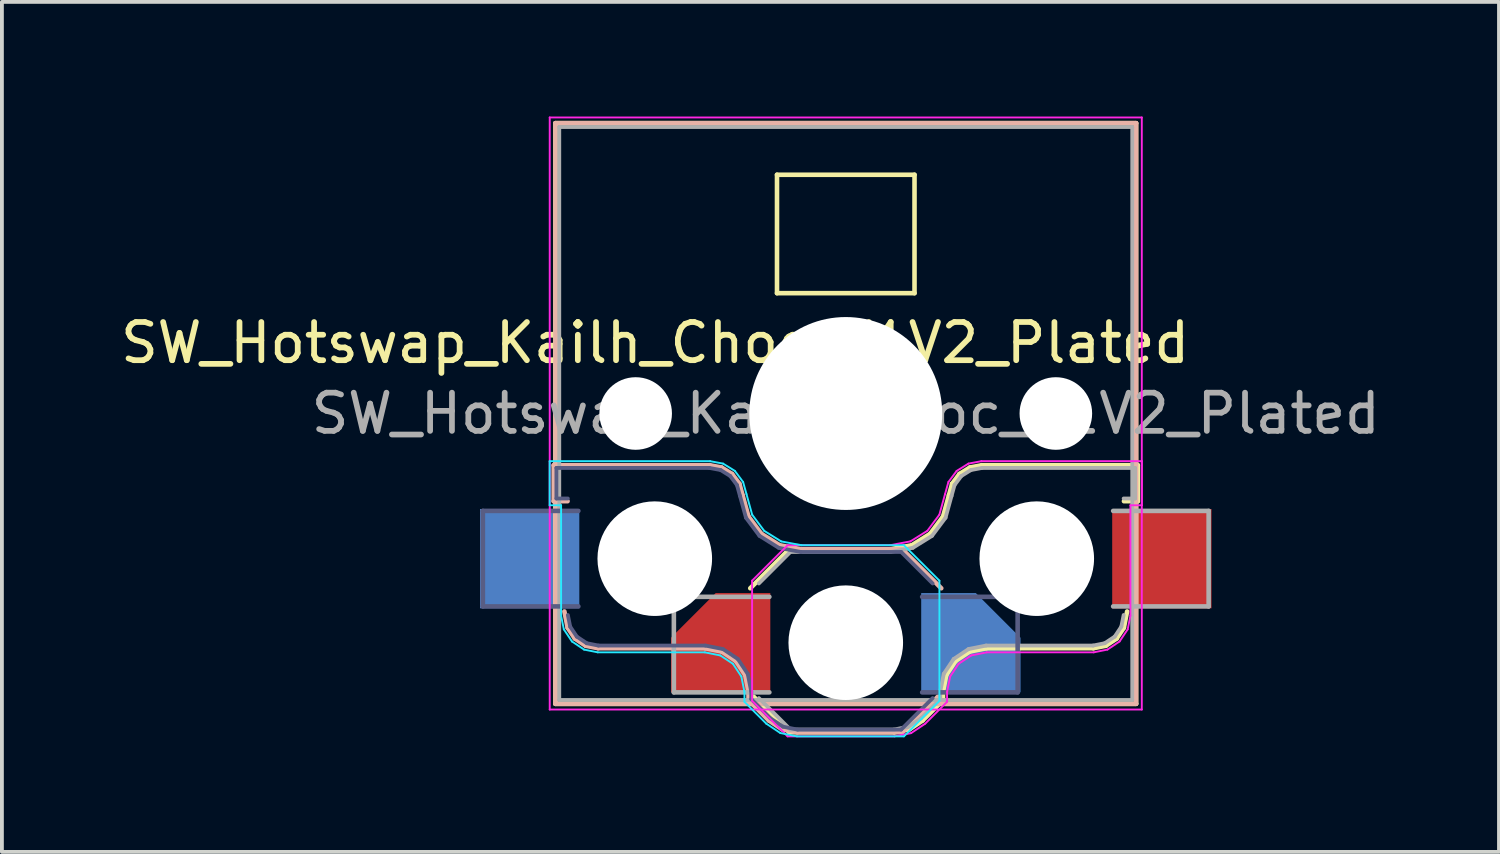
<source format=kicad_pcb>
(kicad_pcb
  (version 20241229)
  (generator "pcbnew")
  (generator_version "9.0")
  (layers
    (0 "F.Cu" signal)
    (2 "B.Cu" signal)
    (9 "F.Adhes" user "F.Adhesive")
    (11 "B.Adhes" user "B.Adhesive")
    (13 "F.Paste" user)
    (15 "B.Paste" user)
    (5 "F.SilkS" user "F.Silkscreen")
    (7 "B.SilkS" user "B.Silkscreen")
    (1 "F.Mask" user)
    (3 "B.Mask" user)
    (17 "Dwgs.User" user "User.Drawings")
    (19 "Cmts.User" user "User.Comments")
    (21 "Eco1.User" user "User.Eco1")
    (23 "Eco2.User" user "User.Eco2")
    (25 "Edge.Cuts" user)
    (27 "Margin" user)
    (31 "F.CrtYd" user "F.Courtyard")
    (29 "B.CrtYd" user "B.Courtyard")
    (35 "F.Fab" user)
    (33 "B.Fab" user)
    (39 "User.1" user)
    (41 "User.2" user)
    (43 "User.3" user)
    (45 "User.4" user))
  (footprint "SW_Hotswap_Kailh_Choc_V1V2_Plated"
    (layer "F.Cu")
    (at 19.091 7.775)
    (property "Reference" "SW_Hotswap_Kailh_Choc_V1V2_Plated" (at -4.99 -1.85 0) (layer "F.SilkS") (effects (font (size 1 1) (thickness 0.15))))
    (attr smd)
    (fp_line (start -7.6 -7.6) (end -7.6 7.6) (stroke (width 0.12) (type solid)) (layer "F.SilkS"))
    (fp_line (start -7.6 7.6) (end 7.6 7.6) (stroke (width 0.12) (type solid)) (layer "F.SilkS"))
    (fp_line (start -2.416 7.409) (end -1.479 8.346) (stroke (width 0.12) (type solid)) (layer "F.SilkS"))
    (fp_line (start -1.8 -3.15) (end -1.8 -6.25) (stroke (width 0.12) (type solid)) (layer "F.SilkS"))
    (fp_line (start -1.8 -3.15) (end 1.8 -3.15) (stroke (width 0.12) (type solid)) (layer "F.SilkS"))
    (fp_line (start -1.479 3.554) (end -2.5 4.575) (stroke (width 0.12) (type solid)) (layer "F.SilkS"))
    (fp_line (start -1.479 8.346) (end 1.268 8.346) (stroke (width 0.12) (type solid)) (layer "F.SilkS"))
    (fp_line (start 1.168 3.554) (end -1.479 3.554) (stroke (width 0.12) (type solid)) (layer "F.SilkS"))
    (fp_line (start 1.268 8.346) (end 1.671 8.266) (stroke (width 0.12) (type solid)) (layer "F.SilkS"))
    (fp_line (start 1.671 8.266) (end 2.013 8.037) (stroke (width 0.12) (type solid)) (layer "F.SilkS"))
    (fp_line (start 1.73 3.449) (end 1.168 3.554) (stroke (width 0.12) (type solid)) (layer "F.SilkS"))
    (fp_line (start 1.8 -6.25) (end -1.8 -6.25) (stroke (width 0.12) (type solid)) (layer "F.SilkS"))
    (fp_line (start 1.8 -3.15) (end 1.8 -6.25) (stroke (width 0.12) (type solid)) (layer "F.SilkS"))
    (fp_line (start 2.013 8.037) (end 2.546 7.504) (stroke (width 0.12) (type solid)) (layer "F.SilkS"))
    (fp_line (start 2.209 3.15) (end 1.73 3.449) (stroke (width 0.12) (type solid)) (layer "F.SilkS"))
    (fp_line (start 2.546 7.282) (end 2.633 6.844) (stroke (width 0.12) (type solid)) (layer "F.SilkS"))
    (fp_line (start 2.546 7.504) (end 2.546 7.282) (stroke (width 0.12) (type solid)) (layer "F.SilkS"))
    (fp_line (start 2.547 2.697) (end 2.209 3.15) (stroke (width 0.12) (type solid)) (layer "F.SilkS"))
    (fp_line (start 2.633 6.844) (end 2.877 6.477) (stroke (width 0.12) (type solid)) (layer "F.SilkS"))
    (fp_line (start 2.701 2.139) (end 2.547 2.697) (stroke (width 0.12) (type solid)) (layer "F.SilkS"))
    (fp_line (start 2.783 1.841) (end 2.701 2.139) (stroke (width 0.12) (type solid)) (layer "F.SilkS"))
    (fp_line (start 2.877 6.477) (end 3.244 6.233) (stroke (width 0.12) (type solid)) (layer "F.SilkS"))
    (fp_line (start 2.976 1.583) (end 2.783 1.841) (stroke (width 0.12) (type solid)) (layer "F.SilkS"))
    (fp_line (start 3.244 6.233) (end 3.682 6.146) (stroke (width 0.12) (type solid)) (layer "F.SilkS"))
    (fp_line (start 3.25 1.413) (end 2.976 1.583) (stroke (width 0.12) (type solid)) (layer "F.SilkS"))
    (fp_line (start 3.56 1.354) (end 3.25 1.413) (stroke (width 0.12) (type solid)) (layer "F.SilkS"))
    (fp_line (start 3.682 6.146) (end 6.482 6.146) (stroke (width 0.12) (type solid)) (layer "F.SilkS"))
    (fp_line (start 6.482 6.146) (end 6.809 6.081) (stroke (width 0.12) (type solid)) (layer "F.SilkS"))
    (fp_line (start 6.809 6.081) (end 7.092 5.892) (stroke (width 0.12) (type solid)) (layer "F.SilkS"))
    (fp_line (start 7.092 5.892) (end 7.281 5.609) (stroke (width 0.12) (type solid)) (layer "F.SilkS"))
    (fp_line (start 7.281 5.609) (end 7.366 5.182) (stroke (width 0.12) (type solid)) (layer "F.SilkS"))
    (fp_line (start 7.283 2.296) (end 7.646 2.296) (stroke (width 0.12) (type solid)) (layer "F.SilkS"))
    (fp_line (start 7.6 -7.6) (end -7.6 -7.6) (stroke (width 0.12) (type solid)) (layer "F.SilkS"))
    (fp_line (start 7.6 7.6) (end 7.6 -7.6) (stroke (width 0.12) (type solid)) (layer "F.SilkS"))
    (fp_line (start 7.646 1.354) (end 3.56 1.354) (stroke (width 0.12) (type solid)) (layer "F.SilkS"))
    (fp_line (start 7.646 2.296) (end 7.646 1.354) (stroke (width 0.12) (type solid)) (layer "F.SilkS"))
    (fp_line (start -7.646 1.354) (end -3.56 1.354) (stroke (width 0.12) (type solid)) (layer "B.SilkS"))
    (fp_line (start -7.646 2.296) (end -7.646 1.354) (stroke (width 0.12) (type solid)) (layer "B.SilkS"))
    (fp_line (start -7.6 -7.6) (end 7.6 -7.6) (stroke (width 0.12) (type solid)) (layer "B.SilkS"))
    (fp_line (start -7.6 7.6) (end -7.6 -7.6) (stroke (width 0.12) (type solid)) (layer "B.SilkS"))
    (fp_line (start -7.283 2.296) (end -7.646 2.296) (stroke (width 0.12) (type solid)) (layer "B.SilkS"))
    (fp_line (start -7.281 5.609) (end -7.366 5.182) (stroke (width 0.12) (type solid)) (layer "B.SilkS"))
    (fp_line (start -7.092 5.892) (end -7.281 5.609) (stroke (width 0.12) (type solid)) (layer "B.SilkS"))
    (fp_line (start -6.809 6.081) (end -7.092 5.892) (stroke (width 0.12) (type solid)) (layer "B.SilkS"))
    (fp_line (start -6.482 6.146) (end -6.809 6.081) (stroke (width 0.12) (type solid)) (layer "B.SilkS"))
    (fp_line (start -3.682 6.146) (end -6.482 6.146) (stroke (width 0.12) (type solid)) (layer "B.SilkS"))
    (fp_line (start -3.56 1.354) (end -3.25 1.413) (stroke (width 0.12) (type solid)) (layer "B.SilkS"))
    (fp_line (start -3.25 1.413) (end -2.976 1.583) (stroke (width 0.12) (type solid)) (layer "B.SilkS"))
    (fp_line (start -3.244 6.233) (end -3.682 6.146) (stroke (width 0.12) (type solid)) (layer "B.SilkS"))
    (fp_line (start -2.976 1.583) (end -2.783 1.841) (stroke (width 0.12) (type solid)) (layer "B.SilkS"))
    (fp_line (start -2.877 6.477) (end -3.244 6.233) (stroke (width 0.12) (type solid)) (layer "B.SilkS"))
    (fp_line (start -2.783 1.841) (end -2.701 2.139) (stroke (width 0.12) (type solid)) (layer "B.SilkS"))
    (fp_line (start -2.701 2.139) (end -2.547 2.697) (stroke (width 0.12) (type solid)) (layer "B.SilkS"))
    (fp_line (start -2.633 6.844) (end -2.877 6.477) (stroke (width 0.12) (type solid)) (layer "B.SilkS"))
    (fp_line (start -2.547 2.697) (end -2.209 3.15) (stroke (width 0.12) (type solid)) (layer "B.SilkS"))
    (fp_line (start -2.546 7.282) (end -2.633 6.844) (stroke (width 0.12) (type solid)) (layer "B.SilkS"))
    (fp_line (start -2.546 7.504) (end -2.546 7.282) (stroke (width 0.12) (type solid)) (layer "B.SilkS"))
    (fp_line (start -2.209 3.15) (end -1.73 3.449) (stroke (width 0.12) (type solid)) (layer "B.SilkS"))
    (fp_line (start -2.013 8.037) (end -2.546 7.504) (stroke (width 0.12) (type solid)) (layer "B.SilkS"))
    (fp_line (start -1.73 3.449) (end -1.168 3.554) (stroke (width 0.12) (type solid)) (layer "B.SilkS"))
    (fp_line (start -1.671 8.266) (end -2.013 8.037) (stroke (width 0.12) (type solid)) (layer "B.SilkS"))
    (fp_line (start -1.268 8.346) (end -1.671 8.266) (stroke (width 0.12) (type solid)) (layer "B.SilkS"))
    (fp_line (start -1.168 3.554) (end 1.479 3.554) (stroke (width 0.12) (type solid)) (layer "B.SilkS"))
    (fp_line (start 1.479 3.554) (end 2.5 4.575) (stroke (width 0.12) (type solid)) (layer "B.SilkS"))
    (fp_line (start 1.479 8.346) (end -1.268 8.346) (stroke (width 0.12) (type solid)) (layer "B.SilkS"))
    (fp_line (start 2.416 7.409) (end 1.479 8.346) (stroke (width 0.12) (type solid)) (layer "B.SilkS"))
    (fp_line (start 7.6 -7.6) (end 7.6 7.6) (stroke (width 0.12) (type solid)) (layer "B.SilkS"))
    (fp_line (start 7.6 7.6) (end -7.6 7.6) (stroke (width 0.12) (type solid)) (layer "B.SilkS"))
    (fp_line (start -7.25 -7.25) (end -7.25 7.25) (stroke (width 0.1) (type solid)) (layer "Eco1.User"))
    (fp_line (start -7.25 7.25) (end 7.25 7.25) (stroke (width 0.1) (type solid)) (layer "Eco1.User"))
    (fp_line (start 7.25 -7.25) (end -7.25 -7.25) (stroke (width 0.1) (type solid)) (layer "Eco1.User"))
    (fp_line (start 7.25 7.25) (end 7.25 -7.25) (stroke (width 0.1) (type solid)) (layer "Eco1.User"))
    (fp_line (start -7.752 1.248) (end -3.55 1.248) (stroke (width 0.05) (type solid)) (layer "B.CrtYd"))
    (fp_line (start -7.752 2.402) (end -7.752 1.248) (stroke (width 0.05) (type solid)) (layer "B.CrtYd"))
    (fp_line (start -7.452 2.402) (end -7.752 2.402) (stroke (width 0.05) (type solid)) (layer "B.CrtYd"))
    (fp_line (start -7.452 5.292) (end -7.452 2.402) (stroke (width 0.05) (type solid)) (layer "B.CrtYd"))
    (fp_line (start -7.381 5.65) (end -7.452 5.292) (stroke (width 0.05) (type solid)) (layer "B.CrtYd"))
    (fp_line (start -7.168 5.968) (end -7.381 5.65) (stroke (width 0.05) (type solid)) (layer "B.CrtYd"))
    (fp_line (start -6.85 6.181) (end -7.168 5.968) (stroke (width 0.05) (type solid)) (layer "B.CrtYd"))
    (fp_line (start -6.492 6.252) (end -6.85 6.181) (stroke (width 0.05) (type solid)) (layer "B.CrtYd"))
    (fp_line (start -3.692 6.252) (end -6.492 6.252) (stroke (width 0.05) (type solid)) (layer "B.CrtYd"))
    (fp_line (start -3.55 1.248) (end -3.211 1.312) (stroke (width 0.05) (type solid)) (layer "B.CrtYd"))
    (fp_line (start -3.285 6.333) (end -3.692 6.252) (stroke (width 0.05) (type solid)) (layer "B.CrtYd"))
    (fp_line (start -3.211 1.312) (end -2.903 1.503) (stroke (width 0.05) (type solid)) (layer "B.CrtYd"))
    (fp_line (start -2.953 6.553) (end -3.285 6.333) (stroke (width 0.05) (type solid)) (layer "B.CrtYd"))
    (fp_line (start -2.903 1.503) (end -2.687 1.794) (stroke (width 0.05) (type solid)) (layer "B.CrtYd"))
    (fp_line (start -2.733 6.885) (end -2.953 6.553) (stroke (width 0.05) (type solid)) (layer "B.CrtYd"))
    (fp_line (start -2.687 1.794) (end -2.599 2.111) (stroke (width 0.05) (type solid)) (layer "B.CrtYd"))
    (fp_line (start -2.652 7.292) (end -2.733 6.885) (stroke (width 0.05) (type solid)) (layer "B.CrtYd"))
    (fp_line (start -2.652 7.548) (end -2.652 7.292) (stroke (width 0.05) (type solid)) (layer "B.CrtYd"))
    (fp_line (start -2.599 2.111) (end -2.45 2.65) (stroke (width 0.05) (type solid)) (layer "B.CrtYd"))
    (fp_line (start -2.45 2.65) (end -2.136 3.071) (stroke (width 0.05) (type solid)) (layer "B.CrtYd"))
    (fp_line (start -2.136 3.071) (end -1.691 3.348) (stroke (width 0.05) (type solid)) (layer "B.CrtYd"))
    (fp_line (start -2.081 8.119) (end -2.652 7.548) (stroke (width 0.05) (type solid)) (layer "B.CrtYd"))
    (fp_line (start -1.712 8.366) (end -2.081 8.119) (stroke (width 0.05) (type solid)) (layer "B.CrtYd"))
    (fp_line (start -1.691 3.348) (end -1.159 3.448) (stroke (width 0.05) (type solid)) (layer "B.CrtYd"))
    (fp_line (start -1.278 8.452) (end -1.712 8.366) (stroke (width 0.05) (type solid)) (layer "B.CrtYd"))
    (fp_line (start -1.159 3.448) (end 1.523 3.448) (stroke (width 0.05) (type solid)) (layer "B.CrtYd"))
    (fp_line (start 1.523 3.448) (end 2.452 4.377) (stroke (width 0.05) (type solid)) (layer "B.CrtYd"))
    (fp_line (start 1.523 8.452) (end -1.278 8.452) (stroke (width 0.05) (type solid)) (layer "B.CrtYd"))
    (fp_line (start 2.452 4.377) (end 2.452 7.523) (stroke (width 0.05) (type solid)) (layer "B.CrtYd"))
    (fp_line (start 2.452 7.523) (end 1.523 8.452) (stroke (width 0.05) (type solid)) (layer "B.CrtYd"))
    (fp_line (start -7.75 -7.75) (end -7.75 7.75) (stroke (width 0.05) (type solid)) (layer "F.CrtYd"))
    (fp_line (start -7.75 7.75) (end 7.75 7.75) (stroke (width 0.05) (type solid)) (layer "F.CrtYd"))
    (fp_line (start -2.452 4.377) (end -2.452 7.523) (stroke (width 0.05) (type solid)) (layer "F.CrtYd"))
    (fp_line (start -2.452 7.523) (end -1.523 8.452) (stroke (width 0.05) (type solid)) (layer "F.CrtYd"))
    (fp_line (start -1.523 3.448) (end -2.452 4.377) (stroke (width 0.05) (type solid)) (layer "F.CrtYd"))
    (fp_line (start -1.523 8.452) (end 1.278 8.452) (stroke (width 0.05) (type solid)) (layer "F.CrtYd"))
    (fp_line (start 1.159 3.448) (end -1.523 3.448) (stroke (width 0.05) (type solid)) (layer "F.CrtYd"))
    (fp_line (start 1.278 8.452) (end 1.712 8.366) (stroke (width 0.05) (type solid)) (layer "F.CrtYd"))
    (fp_line (start 1.691 3.348) (end 1.159 3.448) (stroke (width 0.05) (type solid)) (layer "F.CrtYd"))
    (fp_line (start 1.712 8.366) (end 2.081 8.119) (stroke (width 0.05) (type solid)) (layer "F.CrtYd"))
    (fp_line (start 2.081 8.119) (end 2.652 7.548) (stroke (width 0.05) (type solid)) (layer "F.CrtYd"))
    (fp_line (start 2.136 3.071) (end 1.691 3.348) (stroke (width 0.05) (type solid)) (layer "F.CrtYd"))
    (fp_line (start 2.45 2.65) (end 2.136 3.071) (stroke (width 0.05) (type solid)) (layer "F.CrtYd"))
    (fp_line (start 2.599 2.111) (end 2.45 2.65) (stroke (width 0.05) (type solid)) (layer "F.CrtYd"))
    (fp_line (start 2.652 7.292) (end 2.733 6.885) (stroke (width 0.05) (type solid)) (layer "F.CrtYd"))
    (fp_line (start 2.652 7.548) (end 2.652 7.292) (stroke (width 0.05) (type solid)) (layer "F.CrtYd"))
    (fp_line (start 2.687 1.794) (end 2.599 2.111) (stroke (width 0.05) (type solid)) (layer "F.CrtYd"))
    (fp_line (start 2.733 6.885) (end 2.953 6.553) (stroke (width 0.05) (type solid)) (layer "F.CrtYd"))
    (fp_line (start 2.903 1.503) (end 2.687 1.794) (stroke (width 0.05) (type solid)) (layer "F.CrtYd"))
    (fp_line (start 2.953 6.553) (end 3.285 6.333) (stroke (width 0.05) (type solid)) (layer "F.CrtYd"))
    (fp_line (start 3.211 1.312) (end 2.903 1.503) (stroke (width 0.05) (type solid)) (layer "F.CrtYd"))
    (fp_line (start 3.285 6.333) (end 3.692 6.252) (stroke (width 0.05) (type solid)) (layer "F.CrtYd"))
    (fp_line (start 3.55 1.248) (end 3.211 1.312) (stroke (width 0.05) (type solid)) (layer "F.CrtYd"))
    (fp_line (start 3.692 6.252) (end 6.492 6.252) (stroke (width 0.05) (type solid)) (layer "F.CrtYd"))
    (fp_line (start 6.492 6.252) (end 6.85 6.181) (stroke (width 0.05) (type solid)) (layer "F.CrtYd"))
    (fp_line (start 6.85 6.181) (end 7.168 5.968) (stroke (width 0.05) (type solid)) (layer "F.CrtYd"))
    (fp_line (start 7.168 5.968) (end 7.381 5.65) (stroke (width 0.05) (type solid)) (layer "F.CrtYd"))
    (fp_line (start 7.381 5.65) (end 7.452 5.292) (stroke (width 0.05) (type solid)) (layer "F.CrtYd"))
    (fp_line (start 7.452 2.402) (end 7.752 2.402) (stroke (width 0.05) (type solid)) (layer "F.CrtYd"))
    (fp_line (start 7.452 5.292) (end 7.452 2.402) (stroke (width 0.05) (type solid)) (layer "F.CrtYd"))
    (fp_line (start 7.75 -7.75) (end -7.75 -7.75) (stroke (width 0.05) (type solid)) (layer "F.CrtYd"))
    (fp_line (start 7.75 7.75) (end 7.75 -7.75) (stroke (width 0.05) (type solid)) (layer "F.CrtYd"))
    (fp_line (start 7.752 1.248) (end 3.55 1.248) (stroke (width 0.05) (type solid)) (layer "F.CrtYd"))
    (fp_line (start 7.752 2.402) (end 7.752 1.248) (stroke (width 0.05) (type solid)) (layer "F.CrtYd"))
    (fp_line (start -9.5 2.55) (end -7 2.55) (stroke (width 0.12) (type solid)) (layer "B.Fab"))
    (fp_line (start -9.5 5.05) (end -9.5 2.55) (stroke (width 0.12) (type solid)) (layer "B.Fab"))
    (fp_line (start -7.575 1.425) (end -3.567 1.425) (stroke (width 0.1) (type solid)) (layer "B.Fab"))
    (fp_line (start -7.575 2.225) (end -7.575 1.425) (stroke (width 0.1) (type solid)) (layer "B.Fab"))
    (fp_line (start -7.275 2.225) (end -7.575 2.225) (stroke (width 0.1) (type solid)) (layer "B.Fab"))
    (fp_line (start -7.214 5.581) (end -7.275 5.275) (stroke (width 0.1) (type solid)) (layer "B.Fab"))
    (fp_line (start -7.041 5.841) (end -7.214 5.581) (stroke (width 0.1) (type solid)) (layer "B.Fab"))
    (fp_line (start -7 5.05) (end -9.5 5.05) (stroke (width 0.12) (type solid)) (layer "B.Fab"))
    (fp_line (start -6.781 6.014) (end -7.041 5.841) (stroke (width 0.1) (type solid)) (layer "B.Fab"))
    (fp_line (start -6.475 6.075) (end -6.781 6.014) (stroke (width 0.1) (type solid)) (layer "B.Fab"))
    (fp_line (start -3.675 6.075) (end -6.475 6.075) (stroke (width 0.1) (type solid)) (layer "B.Fab"))
    (fp_line (start -3.567 1.425) (end -3.276 1.48) (stroke (width 0.1) (type solid)) (layer "B.Fab"))
    (fp_line (start -3.276 1.48) (end -3.025 1.636) (stroke (width 0.1) (type solid)) (layer "B.Fab"))
    (fp_line (start -3.216 6.166) (end -3.675 6.075) (stroke (width 0.1) (type solid)) (layer "B.Fab"))
    (fp_line (start -3.025 1.636) (end -2.848 1.873) (stroke (width 0.1) (type solid)) (layer "B.Fab"))
    (fp_line (start -2.848 1.873) (end -2.769 2.158) (stroke (width 0.1) (type solid)) (layer "B.Fab"))
    (fp_line (start -2.826 6.426) (end -3.216 6.166) (stroke (width 0.1) (type solid)) (layer "B.Fab"))
    (fp_line (start -2.769 2.158) (end -2.612 2.729) (stroke (width 0.1) (type solid)) (layer "B.Fab"))
    (fp_line (start -2.612 2.729) (end -2.258 3.203) (stroke (width 0.1) (type solid)) (layer "B.Fab"))
    (fp_line (start -2.566 6.816) (end -2.826 6.426) (stroke (width 0.1) (type solid)) (layer "B.Fab"))
    (fp_line (start -2.475 7.275) (end -2.566 6.816) (stroke (width 0.1) (type solid)) (layer "B.Fab"))
    (fp_line (start -2.475 7.475) (end -2.475 7.275) (stroke (width 0.1) (type solid)) (layer "B.Fab"))
    (fp_line (start -2.258 3.203) (end -1.756 3.516) (stroke (width 0.1) (type solid)) (layer "B.Fab"))
    (fp_line (start -1.968 7.982) (end -2.475 7.475) (stroke (width 0.1) (type solid)) (layer "B.Fab"))
    (fp_line (start -1.756 3.516) (end -1.175 3.625) (stroke (width 0.1) (type solid)) (layer "B.Fab"))
    (fp_line (start -1.643 8.199) (end -1.968 7.982) (stroke (width 0.1) (type solid)) (layer "B.Fab"))
    (fp_line (start -1.261 8.275) (end -1.643 8.199) (stroke (width 0.1) (type solid)) (layer "B.Fab"))
    (fp_line (start -1.175 3.625) (end 1.45 3.625) (stroke (width 0.1) (type solid)) (layer "B.Fab"))
    (fp_line (start 1.45 3.625) (end 2.275 4.45) (stroke (width 0.1) (type solid)) (layer "B.Fab"))
    (fp_line (start 1.45 8.275) (end -1.261 8.275) (stroke (width 0.1) (type solid)) (layer "B.Fab"))
    (fp_line (start 2 4.8) (end 4.5 4.8) (stroke (width 0.12) (type solid)) (layer "B.Fab"))
    (fp_line (start 2.275 7.45) (end 1.45 8.275) (stroke (width 0.1) (type solid)) (layer "B.Fab"))
    (fp_line (start 4.5 4.8) (end 4.5 7.3) (stroke (width 0.12) (type solid)) (layer "B.Fab"))
    (fp_line (start 4.5 7.3) (end 2 7.3) (stroke (width 0.12) (type solid)) (layer "B.Fab"))
    (fp_line (start -7.5 -7.5) (end -7.5 7.5) (stroke (width 0.1) (type solid)) (layer "F.Fab"))
    (fp_line (start -7.5 7.5) (end 7.5 7.5) (stroke (width 0.1) (type solid)) (layer "F.Fab"))
    (fp_line (start -4.5 4.8) (end -4.5 7.3) (stroke (width 0.12) (type solid)) (layer "F.Fab"))
    (fp_line (start -4.5 7.3) (end -2 7.3) (stroke (width 0.12) (type solid)) (layer "F.Fab"))
    (fp_line (start -2.275 7.45) (end -1.45 8.275) (stroke (width 0.1) (type solid)) (layer "F.Fab"))
    (fp_line (start -2 4.8) (end -4.5 4.8) (stroke (width 0.12) (type solid)) (layer "F.Fab"))
    (fp_line (start -1.45 3.625) (end -2.275 4.45) (stroke (width 0.1) (type solid)) (layer "F.Fab"))
    (fp_line (start -1.45 8.275) (end 1.261 8.275) (stroke (width 0.1) (type solid)) (layer "F.Fab"))
    (fp_line (start 1.175 3.625) (end -1.45 3.625) (stroke (width 0.1) (type solid)) (layer "F.Fab"))
    (fp_line (start 1.261 8.275) (end 1.643 8.199) (stroke (width 0.1) (type solid)) (layer "F.Fab"))
    (fp_line (start 1.643 8.199) (end 1.968 7.982) (stroke (width 0.1) (type solid)) (layer "F.Fab"))
    (fp_line (start 1.756 3.516) (end 1.175 3.625) (stroke (width 0.1) (type solid)) (layer "F.Fab"))
    (fp_line (start 1.968 7.982) (end 2.475 7.475) (stroke (width 0.1) (type solid)) (layer "F.Fab"))
    (fp_line (start 2.258 3.203) (end 1.756 3.516) (stroke (width 0.1) (type solid)) (layer "F.Fab"))
    (fp_line (start 2.475 7.275) (end 2.566 6.816) (stroke (width 0.1) (type solid)) (layer "F.Fab"))
    (fp_line (start 2.475 7.475) (end 2.475 7.275) (stroke (width 0.1) (type solid)) (layer "F.Fab"))
    (fp_line (start 2.566 6.816) (end 2.826 6.426) (stroke (width 0.1) (type solid)) (layer "F.Fab"))
    (fp_line (start 2.612 2.729) (end 2.258 3.203) (stroke (width 0.1) (type solid)) (layer "F.Fab"))
    (fp_line (start 2.769 2.158) (end 2.612 2.729) (stroke (width 0.1) (type solid)) (layer "F.Fab"))
    (fp_line (start 2.826 6.426) (end 3.216 6.166) (stroke (width 0.1) (type solid)) (layer "F.Fab"))
    (fp_line (start 2.848 1.873) (end 2.769 2.158) (stroke (width 0.1) (type solid)) (layer "F.Fab"))
    (fp_line (start 3.025 1.636) (end 2.848 1.873) (stroke (width 0.1) (type solid)) (layer "F.Fab"))
    (fp_line (start 3.216 6.166) (end 3.675 6.075) (stroke (width 0.1) (type solid)) (layer "F.Fab"))
    (fp_line (start 3.276 1.48) (end 3.025 1.636) (stroke (width 0.1) (type solid)) (layer "F.Fab"))
    (fp_line (start 3.567 1.425) (end 3.276 1.48) (stroke (width 0.1) (type solid)) (layer "F.Fab"))
    (fp_line (start 3.675 6.075) (end 6.475 6.075) (stroke (width 0.1) (type solid)) (layer "F.Fab"))
    (fp_line (start 6.475 6.075) (end 6.781 6.014) (stroke (width 0.1) (type solid)) (layer "F.Fab"))
    (fp_line (start 6.781 6.014) (end 7.041 5.841) (stroke (width 0.1) (type solid)) (layer "F.Fab"))
    (fp_line (start 7 5.05) (end 9.5 5.05) (stroke (width 0.12) (type solid)) (layer "F.Fab"))
    (fp_line (start 7.041 5.841) (end 7.214 5.581) (stroke (width 0.1) (type solid)) (layer "F.Fab"))
    (fp_line (start 7.214 5.581) (end 7.275 5.275) (stroke (width 0.1) (type solid)) (layer "F.Fab"))
    (fp_line (start 7.275 2.225) (end 7.575 2.225) (stroke (width 0.1) (type solid)) (layer "F.Fab"))
    (fp_line (start 7.5 -7.5) (end -7.5 -7.5) (stroke (width 0.1) (type solid)) (layer "F.Fab"))
    (fp_line (start 7.5 7.5) (end 7.5 -7.5) (stroke (width 0.1) (type solid)) (layer "F.Fab"))
    (fp_line (start 7.575 1.425) (end 3.567 1.425) (stroke (width 0.1) (type solid)) (layer "F.Fab"))
    (fp_line (start 7.575 2.225) (end 7.575 1.425) (stroke (width 0.1) (type solid)) (layer "F.Fab"))
    (fp_line (start 9.5 2.55) (end 7 2.55) (stroke (width 0.12) (type solid)) (layer "F.Fab"))
    (fp_line (start 9.5 5.05) (end 9.5 2.55) (stroke (width 0.12) (type solid)) (layer "F.Fab"))
    (fp_text user "${REFERENCE}" (at 0 0 0) (layer "F.Fab") (effects (font (size 1 1) (thickness 0.15))))
    (pad "" np_thru_hole circle (at -5.5 0) (size 1.9 1.9) (drill 1.9) (layers "*.Cu" "*.Mask"))
    (pad "" np_thru_hole circle (at -5 3.8) (size 3 3) (drill 3) (layers "*.Cu" "*.Mask"))
    (pad "" np_thru_hole circle (at 0 0) (size 5.05 5.05) (drill 5.05) (layers "*.Cu" "*.Mask"))
    (pad "" np_thru_hole circle (at 0 6) (size 3 3) (drill 3) (layers "*.Cu" "*.Mask"))
    (pad "" np_thru_hole circle (at 5 3.8) (size 3 3) (drill 3) (layers "*.Cu" "*.Mask"))
    (pad "" np_thru_hole circle (at 5.5 0) (size 1.9 1.9) (drill 1.9) (layers "*.Cu" "*.Mask"))
    (pad "1" smd roundrect (at -3.275 6) (size 2.6 2.6) (layers "F.Cu" "F.Mask" "F.Paste") (roundrect_rratio 0) (chamfer_ratio 0.45) (chamfer top_left))
    (pad "1" smd roundrect (at 3.275 6) (size 2.6 2.6) (layers "B.Cu" "B.Mask" "B.Paste") (roundrect_rratio 0) (chamfer_ratio 0.45) (chamfer top_right))
    (pad "2" smd rect (at -8.275 3.8) (size 2.6 2.6) (layers "B.Cu" "B.Mask" "B.Paste"))
    (pad "2" smd rect (at 8.275 3.8) (size 2.6 2.6) (layers "F.Cu" "F.Mask" "F.Paste")))
  (gr_rect
    (start -3 -3)
    (end 36.192 19.252)
    (stroke (width 0.1) (type default))
    (fill no)
    (layer "Edge.Cuts")))
</source>
